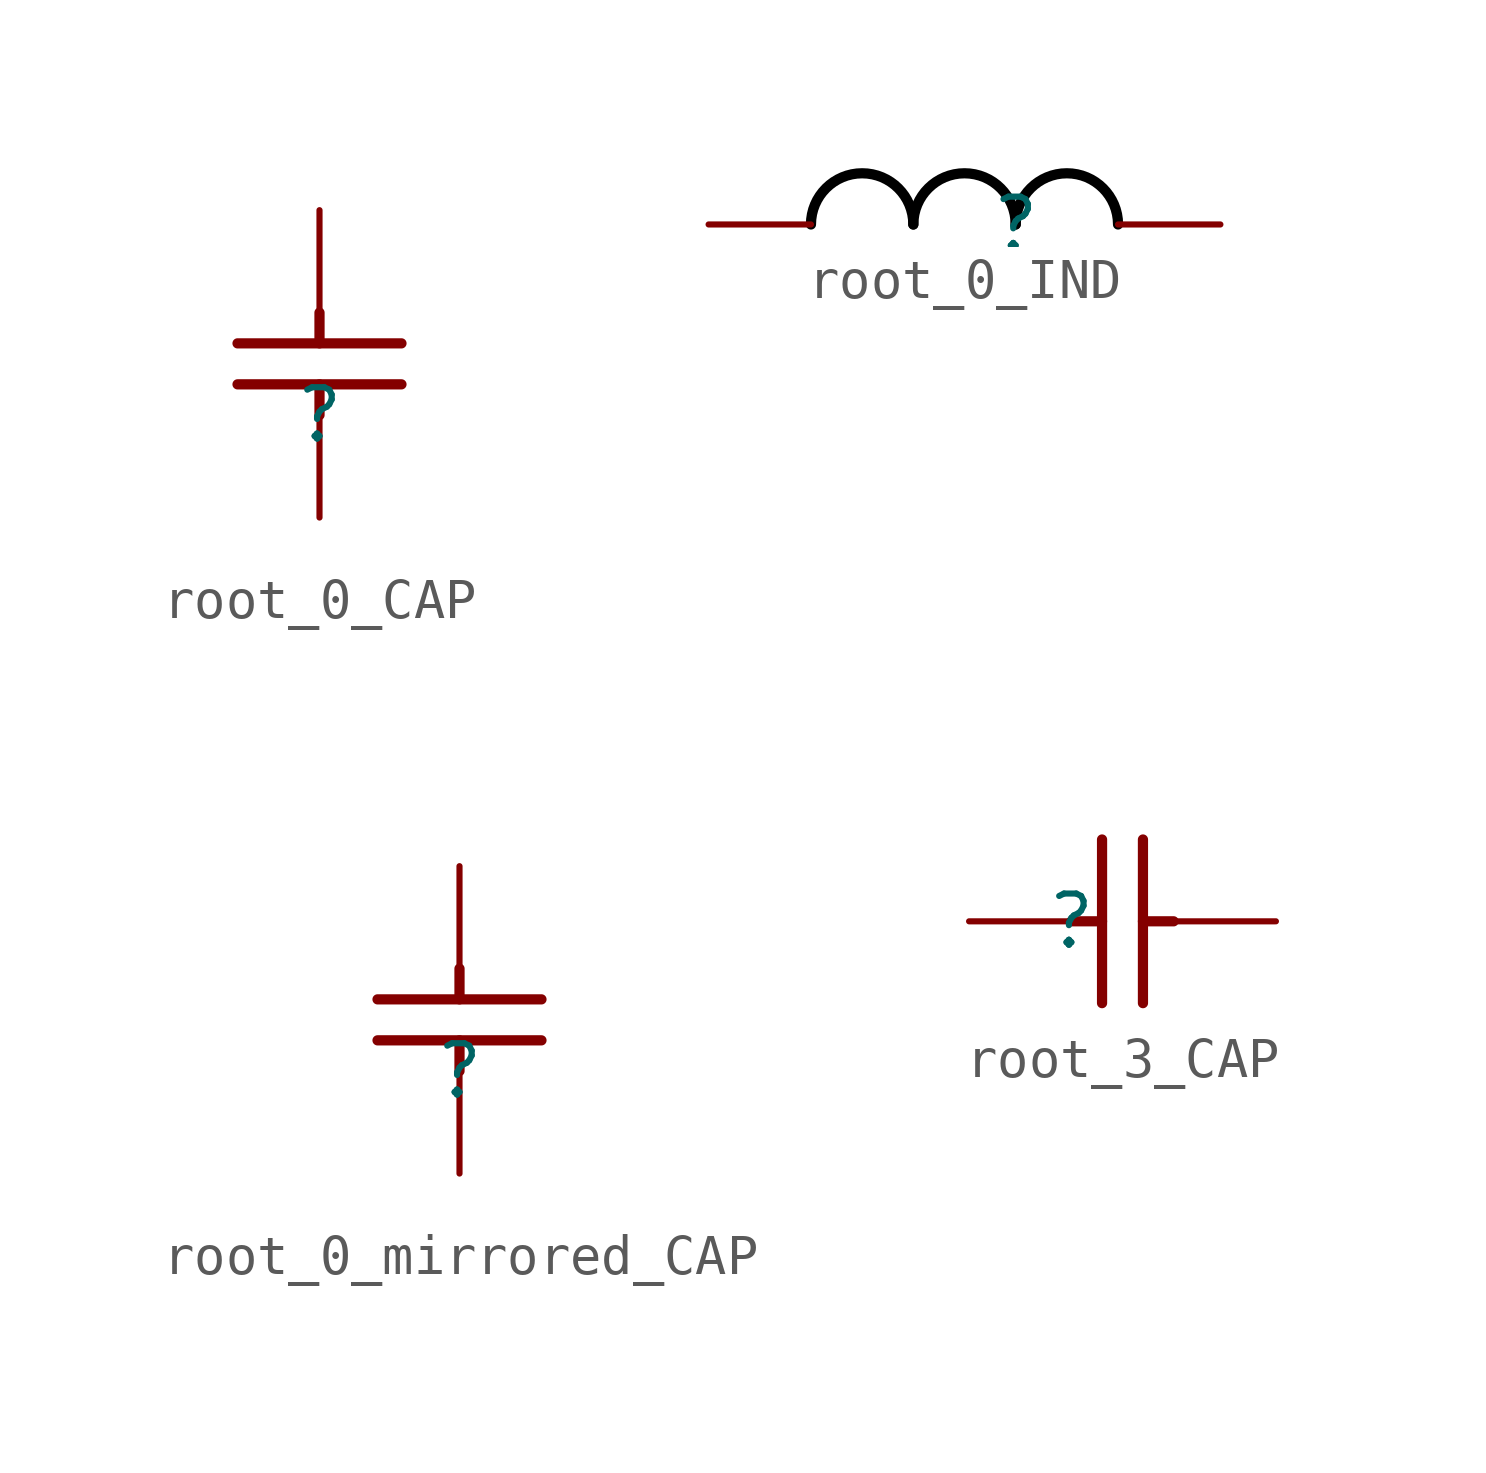
<source format=kicad_sym>
(kicad_symbol_lib
  (version 20231120)
  (generator "kicad_symbol_editor")
  (generator_version "8.0")
  (symbol "root_0_CAP"
    (property "Reference" ""
      (at 0 0 0)
      (effects (font (size 1.27 1.27))))
    (property "Value" ""
      (at 0 0 0)
      (effects (font (size 1.27 1.27))))
    (symbol "root_0_CAP_1_0"
      (polyline (pts (xy -2.032 1.778) (xy 2.032 1.778)) (stroke (width 0.254) (type solid)) (fill (type none)))
      (polyline (pts (xy 0 0) (xy 0 0.762)) (stroke (width 0.254) (type solid)) (fill (type none)))
      (polyline (pts (xy 0 2.54) (xy 0 1.778)) (stroke (width 0.254) (type solid)) (fill (type none)))
      (polyline (pts (xy 2.032 0.762) (xy -2.032 0.762)) (stroke (width 0.254) (type solid)) (fill (type none)))
      (pin passive line (at 0 5.08 270) (length 2.54) (name "1" (effects (font (size 0 0)))) (number "1" (effects (font (size 0 0)))))
      (pin passive line (at 0 -2.54 90) (length 2.54) (name "2" (effects (font (size 0 0)))) (number "2" (effects (font (size 0 0)))))))
  (symbol "root_0_IND"
    (property "Reference" ""
      (at 0 0 0)
      (effects (font (size 1.27 1.27))))
    (property "Value" ""
      (at 0 0 0)
      (effects (font (size 1.27 1.27))))
    (symbol "root_0_IND_1_0"
      (arc (start -2.54 0) (mid -3.81 1.27) (end -5.08 0) (stroke (width 0.254) (type solid) (color 0 0 0 1)) (fill (type none)))
      (arc (start 0 0) (mid -1.27 1.27) (end -2.54 0) (stroke (width 0.254) (type solid) (color 0 0 0 1)) (fill (type none)))
      (arc (start 2.54 0) (mid 1.27 1.27) (end 0 0) (stroke (width 0.254) (type solid) (color 0 0 0 1)) (fill (type none)))
      (pin passive line (at -7.62 0 0) (length 2.54) (name "1" (effects (font (size 0 0)))) (number "1" (effects (font (size 0 0)))))
      (pin passive line (at 5.08 0 180) (length 2.54) (name "2" (effects (font (size 0 0)))) (number "2" (effects (font (size 0 0)))))))
  (symbol "root_0_mirrored_CAP"
    (property "Reference" ""
      (at 0 0 0)
      (effects (font (size 1.27 1.27))))
    (property "Value" ""
      (at 0 0 0)
      (effects (font (size 1.27 1.27))))
    (symbol "root_0_mirrored_CAP_1_0"
      (polyline (pts (xy -2.032 0.762) (xy 2.032 0.762)) (stroke (width 0.254) (type solid)) (fill (type none)))
      (polyline (pts (xy 0 0) (xy 0 0.762)) (stroke (width 0.254) (type solid)) (fill (type none)))
      (polyline (pts (xy 0 2.54) (xy 0 1.778)) (stroke (width 0.254) (type solid)) (fill (type none)))
      (polyline (pts (xy 2.032 1.778) (xy -2.032 1.778)) (stroke (width 0.254) (type solid)) (fill (type none)))
      (pin passive line (at 0 5.08 270) (length 2.54) (name "1" (effects (font (size 0 0)))) (number "1" (effects (font (size 0 0)))))
      (pin passive line (at 0 -2.54 90) (length 2.54) (name "2" (effects (font (size 0 0)))) (number "2" (effects (font (size 0 0)))))))
  (symbol "root_3_CAP"
    (property "Reference" ""
      (at 0 0 0)
      (effects (font (size 1.27 1.27))))
    (property "Value" ""
      (at 0 0 0)
      (effects (font (size 1.27 1.27))))
    (symbol "root_3_CAP_1_0"
      (polyline (pts (xy 0 0) (xy 0.762 0)) (stroke (width 0.254) (type solid)) (fill (type none)))
      (polyline (pts (xy 0.762 -2.032) (xy 0.762 2.032)) (stroke (width 0.254) (type solid)) (fill (type none)))
      (polyline (pts (xy 1.778 2.032) (xy 1.778 -2.032)) (stroke (width 0.254) (type solid)) (fill (type none)))
      (polyline (pts (xy 2.54 0) (xy 1.778 0)) (stroke (width 0.254) (type solid)) (fill (type none)))
      (pin passive line (at 5.08 0 180) (length 2.54) (name "1" (effects (font (size 0 0)))) (number "1" (effects (font (size 0 0)))))
      (pin passive line (at -2.54 0 0) (length 2.54) (name "2" (effects (font (size 0 0)))) (number "2" (effects (font (size 0 0))))))))
</source>
